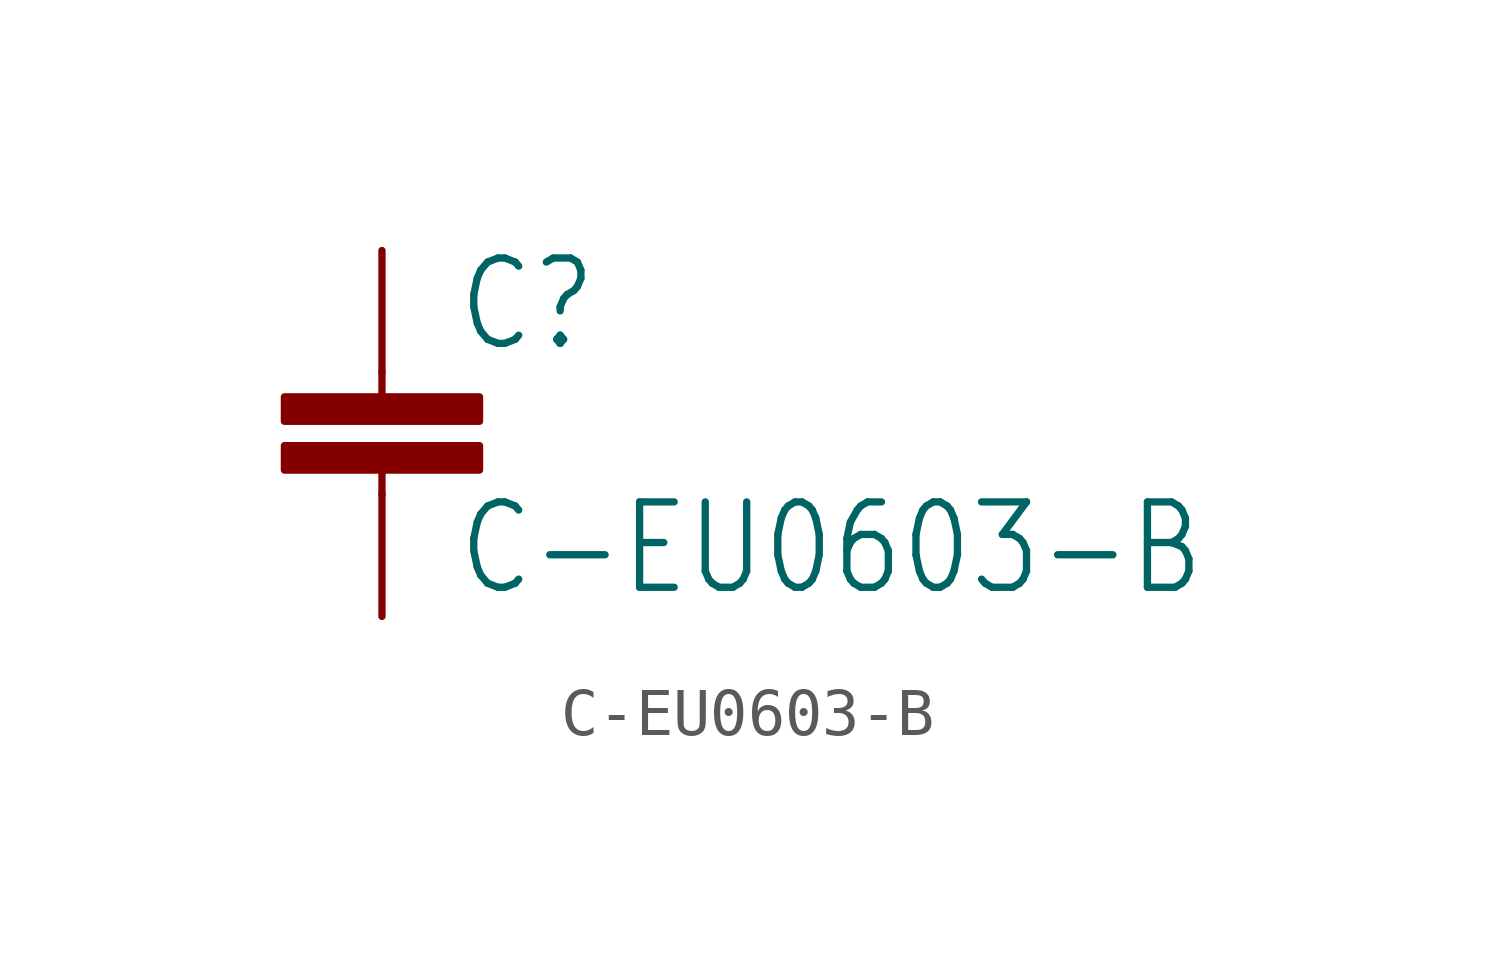
<source format=kicad_sym>
(kicad_symbol_lib
  (version 20211014)
  (generator kicad_symbol_editor)
  (symbol "C-EU0603-B"
    (property "Reference" "C"
      (at 1.524 0.381 0)
      (effects (font (size 1.778 1.511)) (justify left bottom)))
    (property "Value" "C-EU0603-B"
      (at 1.524 -4.699 0)
      (effects (font (size 1.778 1.511)) (justify left bottom)))
    (property "ki_locked" ""
      (at 0 0 0)
      (effects (font (size 1.27 1.27))))
    (symbol "C-EU0603-B_1_0"
      (rectangle (start -2.032 -2.032) (end 2.032 -1.524) (stroke (width 0) (type default) (color 0 0 0 0)) (fill (type outline)))
      (rectangle (start -2.032 -1.016) (end 2.032 -0.508) (stroke (width 0) (type default) (color 0 0 0 0)) (fill (type outline)))
      (polyline (pts (xy 0 -2.54) (xy 0 -2.032)) (stroke (width 0.152) (type default) (color 0 0 0 0)) (fill (type none)))
      (polyline (pts (xy 0 0) (xy 0 -0.508)) (stroke (width 0.152) (type default) (color 0 0 0 0)) (fill (type none)))
      (pin passive line (at 0 2.54 270) (length 2.54) (name "1" (effects (font (size 0 0)))) (number "1" (effects (font (size 0 0)))))
      (pin passive line (at 0 -5.08 90) (length 2.54) (name "2" (effects (font (size 0 0)))) (number "2" (effects (font (size 0 0))))))))
</source>
